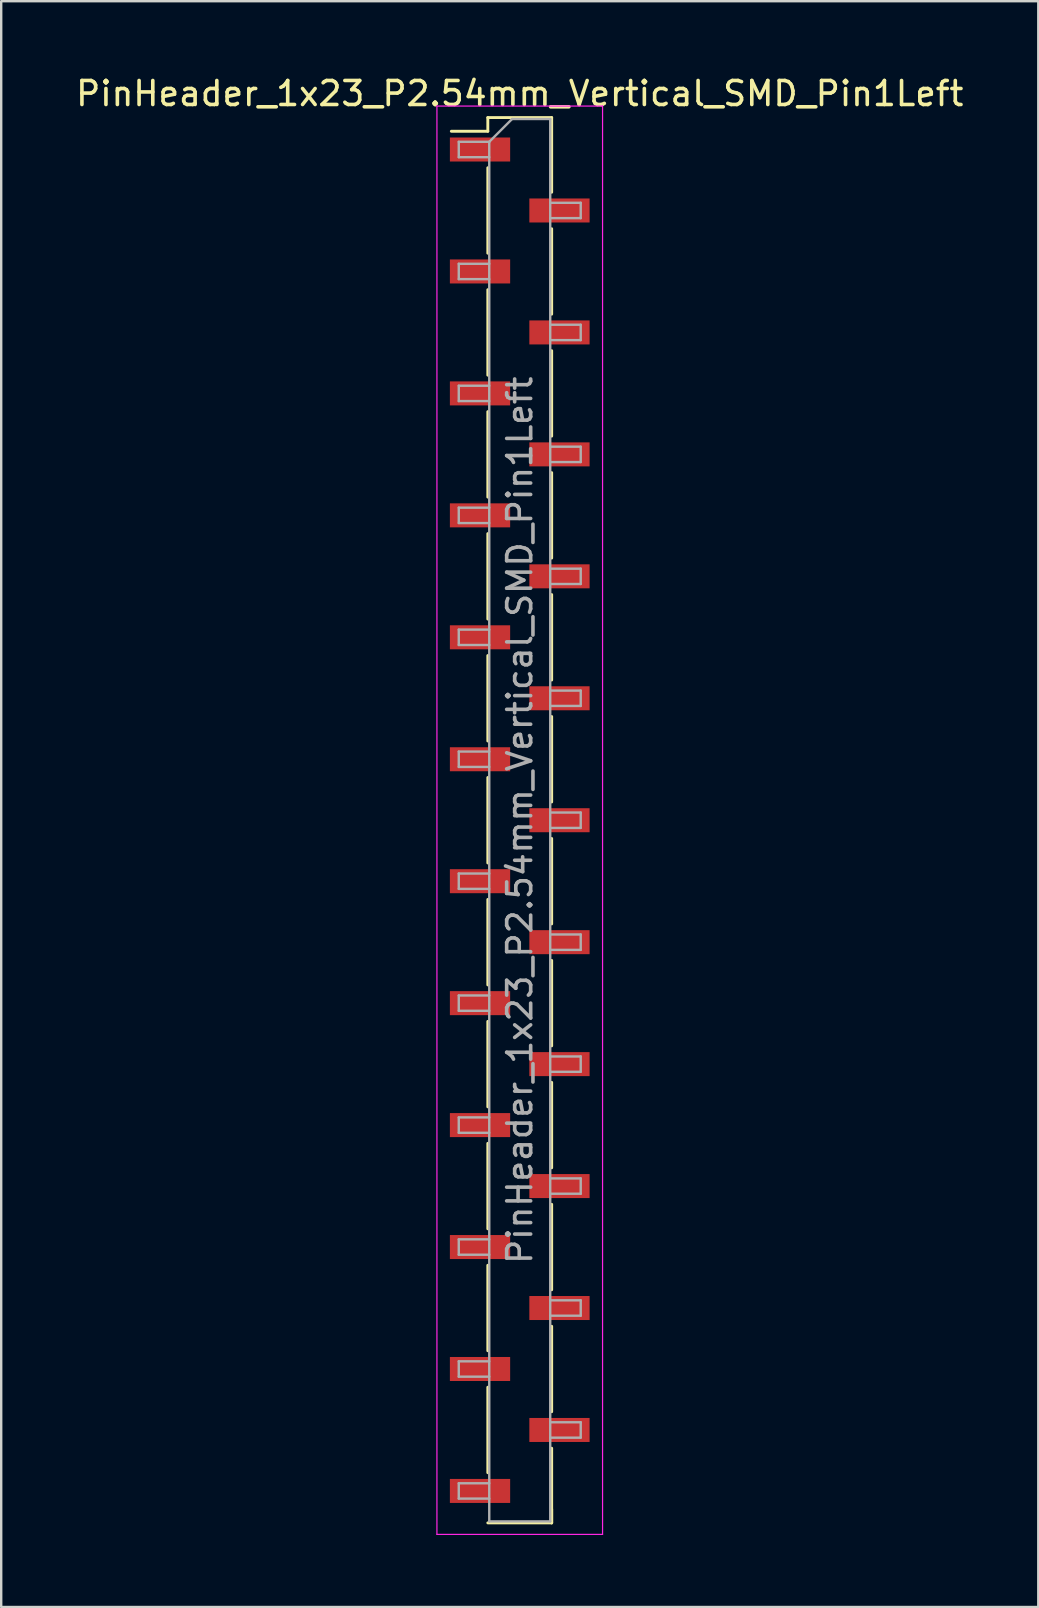
<source format=kicad_pcb>
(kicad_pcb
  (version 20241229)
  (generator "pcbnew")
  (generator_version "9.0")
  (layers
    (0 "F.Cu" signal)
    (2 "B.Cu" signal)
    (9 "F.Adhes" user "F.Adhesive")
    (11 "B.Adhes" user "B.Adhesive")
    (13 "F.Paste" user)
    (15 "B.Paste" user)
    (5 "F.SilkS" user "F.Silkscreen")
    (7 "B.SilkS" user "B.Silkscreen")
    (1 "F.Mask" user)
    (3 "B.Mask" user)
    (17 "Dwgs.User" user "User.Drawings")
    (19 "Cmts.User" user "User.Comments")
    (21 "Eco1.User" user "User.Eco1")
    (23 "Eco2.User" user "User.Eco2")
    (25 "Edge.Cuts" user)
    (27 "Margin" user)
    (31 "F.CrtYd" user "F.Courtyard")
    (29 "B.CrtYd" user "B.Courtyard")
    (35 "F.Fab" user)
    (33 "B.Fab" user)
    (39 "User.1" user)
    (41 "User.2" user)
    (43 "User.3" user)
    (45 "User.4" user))
  (footprint "PinHeader_1x23_P2.54mm_Vertical_SMD_Pin1Left"
    (layer "F.Cu")
    (at 18.601 31.118)
    (property "Reference" "PinHeader_1x23_P2.54mm_Vertical_SMD_Pin1Left" (at 0 -30.27 0) (layer "F.SilkS") (effects (font (size 1 1) (thickness 0.15))))
    (attr smd)
    (fp_line (start -1.33 -29.27) (end -1.33 -28.7) (stroke (width 0.12) (type solid)) (layer "F.SilkS"))
    (fp_line (start -1.33 -29.27) (end 1.33 -29.27) (stroke (width 0.12) (type solid)) (layer "F.SilkS"))
    (fp_line (start -1.33 -28.7) (end -2.85 -28.7) (stroke (width 0.12) (type solid)) (layer "F.SilkS"))
    (fp_line (start -1.33 -27.18) (end -1.33 -23.62) (stroke (width 0.12) (type solid)) (layer "F.SilkS"))
    (fp_line (start -1.33 -22.1) (end -1.33 -18.54) (stroke (width 0.12) (type solid)) (layer "F.SilkS"))
    (fp_line (start -1.33 -17.02) (end -1.33 -13.46) (stroke (width 0.12) (type solid)) (layer "F.SilkS"))
    (fp_line (start -1.33 -11.94) (end -1.33 -8.38) (stroke (width 0.12) (type solid)) (layer "F.SilkS"))
    (fp_line (start -1.33 -6.86) (end -1.33 -3.3) (stroke (width 0.12) (type solid)) (layer "F.SilkS"))
    (fp_line (start -1.33 -1.78) (end -1.33 1.78) (stroke (width 0.12) (type solid)) (layer "F.SilkS"))
    (fp_line (start -1.33 3.3) (end -1.33 6.86) (stroke (width 0.12) (type solid)) (layer "F.SilkS"))
    (fp_line (start -1.33 8.38) (end -1.33 11.94) (stroke (width 0.12) (type solid)) (layer "F.SilkS"))
    (fp_line (start -1.33 13.46) (end -1.33 17.02) (stroke (width 0.12) (type solid)) (layer "F.SilkS"))
    (fp_line (start -1.33 18.54) (end -1.33 22.1) (stroke (width 0.12) (type solid)) (layer "F.SilkS"))
    (fp_line (start -1.33 23.62) (end -1.33 27.18) (stroke (width 0.12) (type solid)) (layer "F.SilkS"))
    (fp_line (start -1.33 29.27) (end 1.33 29.27) (stroke (width 0.12) (type solid)) (layer "F.SilkS"))
    (fp_line (start 1.33 -29.27) (end 1.33 -26.16) (stroke (width 0.12) (type solid)) (layer "F.SilkS"))
    (fp_line (start 1.33 -24.64) (end 1.33 -21.08) (stroke (width 0.12) (type solid)) (layer "F.SilkS"))
    (fp_line (start 1.33 -19.56) (end 1.33 -16) (stroke (width 0.12) (type solid)) (layer "F.SilkS"))
    (fp_line (start 1.33 -14.48) (end 1.33 -10.92) (stroke (width 0.12) (type solid)) (layer "F.SilkS"))
    (fp_line (start 1.33 -9.4) (end 1.33 -5.84) (stroke (width 0.12) (type solid)) (layer "F.SilkS"))
    (fp_line (start 1.33 -4.32) (end 1.33 -0.76) (stroke (width 0.12) (type solid)) (layer "F.SilkS"))
    (fp_line (start 1.33 0.76) (end 1.33 4.32) (stroke (width 0.12) (type solid)) (layer "F.SilkS"))
    (fp_line (start 1.33 5.84) (end 1.33 9.4) (stroke (width 0.12) (type solid)) (layer "F.SilkS"))
    (fp_line (start 1.33 10.92) (end 1.33 14.48) (stroke (width 0.12) (type solid)) (layer "F.SilkS"))
    (fp_line (start 1.33 16) (end 1.33 19.56) (stroke (width 0.12) (type solid)) (layer "F.SilkS"))
    (fp_line (start 1.33 21.08) (end 1.33 24.64) (stroke (width 0.12) (type solid)) (layer "F.SilkS"))
    (fp_line (start 1.33 26.16) (end 1.33 29.27) (stroke (width 0.12) (type solid)) (layer "F.SilkS"))
    (fp_line (start 1.33 28.7) (end 1.33 29.27) (stroke (width 0.12) (type solid)) (layer "F.SilkS"))
    (fp_line (start -3.45 -29.75) (end -3.45 29.75) (stroke (width 0.05) (type solid)) (layer "F.CrtYd"))
    (fp_line (start -3.45 29.75) (end 3.45 29.75) (stroke (width 0.05) (type solid)) (layer "F.CrtYd"))
    (fp_line (start 3.45 -29.75) (end -3.45 -29.75) (stroke (width 0.05) (type solid)) (layer "F.CrtYd"))
    (fp_line (start 3.45 29.75) (end 3.45 -29.75) (stroke (width 0.05) (type solid)) (layer "F.CrtYd"))
    (fp_line (start -2.54 -28.26) (end -2.54 -27.62) (stroke (width 0.1) (type solid)) (layer "F.Fab"))
    (fp_line (start -2.54 -27.62) (end -1.27 -27.62) (stroke (width 0.1) (type solid)) (layer "F.Fab"))
    (fp_line (start -2.54 -23.18) (end -2.54 -22.54) (stroke (width 0.1) (type solid)) (layer "F.Fab"))
    (fp_line (start -2.54 -22.54) (end -1.27 -22.54) (stroke (width 0.1) (type solid)) (layer "F.Fab"))
    (fp_line (start -2.54 -18.1) (end -2.54 -17.46) (stroke (width 0.1) (type solid)) (layer "F.Fab"))
    (fp_line (start -2.54 -17.46) (end -1.27 -17.46) (stroke (width 0.1) (type solid)) (layer "F.Fab"))
    (fp_line (start -2.54 -13.02) (end -2.54 -12.38) (stroke (width 0.1) (type solid)) (layer "F.Fab"))
    (fp_line (start -2.54 -12.38) (end -1.27 -12.38) (stroke (width 0.1) (type solid)) (layer "F.Fab"))
    (fp_line (start -2.54 -7.94) (end -2.54 -7.3) (stroke (width 0.1) (type solid)) (layer "F.Fab"))
    (fp_line (start -2.54 -7.3) (end -1.27 -7.3) (stroke (width 0.1) (type solid)) (layer "F.Fab"))
    (fp_line (start -2.54 -2.86) (end -2.54 -2.22) (stroke (width 0.1) (type solid)) (layer "F.Fab"))
    (fp_line (start -2.54 -2.22) (end -1.27 -2.22) (stroke (width 0.1) (type solid)) (layer "F.Fab"))
    (fp_line (start -2.54 2.22) (end -2.54 2.86) (stroke (width 0.1) (type solid)) (layer "F.Fab"))
    (fp_line (start -2.54 2.86) (end -1.27 2.86) (stroke (width 0.1) (type solid)) (layer "F.Fab"))
    (fp_line (start -2.54 7.3) (end -2.54 7.94) (stroke (width 0.1) (type solid)) (layer "F.Fab"))
    (fp_line (start -2.54 7.94) (end -1.27 7.94) (stroke (width 0.1) (type solid)) (layer "F.Fab"))
    (fp_line (start -2.54 12.38) (end -2.54 13.02) (stroke (width 0.1) (type solid)) (layer "F.Fab"))
    (fp_line (start -2.54 13.02) (end -1.27 13.02) (stroke (width 0.1) (type solid)) (layer "F.Fab"))
    (fp_line (start -2.54 17.46) (end -2.54 18.1) (stroke (width 0.1) (type solid)) (layer "F.Fab"))
    (fp_line (start -2.54 18.1) (end -1.27 18.1) (stroke (width 0.1) (type solid)) (layer "F.Fab"))
    (fp_line (start -2.54 22.54) (end -2.54 23.18) (stroke (width 0.1) (type solid)) (layer "F.Fab"))
    (fp_line (start -2.54 23.18) (end -1.27 23.18) (stroke (width 0.1) (type solid)) (layer "F.Fab"))
    (fp_line (start -2.54 27.62) (end -2.54 28.26) (stroke (width 0.1) (type solid)) (layer "F.Fab"))
    (fp_line (start -2.54 28.26) (end -1.27 28.26) (stroke (width 0.1) (type solid)) (layer "F.Fab"))
    (fp_line (start -1.27 -28.26) (end -2.54 -28.26) (stroke (width 0.1) (type solid)) (layer "F.Fab"))
    (fp_line (start -1.27 -28.26) (end -0.32 -29.21) (stroke (width 0.1) (type solid)) (layer "F.Fab"))
    (fp_line (start -1.27 -23.18) (end -2.54 -23.18) (stroke (width 0.1) (type solid)) (layer "F.Fab"))
    (fp_line (start -1.27 -18.1) (end -2.54 -18.1) (stroke (width 0.1) (type solid)) (layer "F.Fab"))
    (fp_line (start -1.27 -13.02) (end -2.54 -13.02) (stroke (width 0.1) (type solid)) (layer "F.Fab"))
    (fp_line (start -1.27 -7.94) (end -2.54 -7.94) (stroke (width 0.1) (type solid)) (layer "F.Fab"))
    (fp_line (start -1.27 -2.86) (end -2.54 -2.86) (stroke (width 0.1) (type solid)) (layer "F.Fab"))
    (fp_line (start -1.27 2.22) (end -2.54 2.22) (stroke (width 0.1) (type solid)) (layer "F.Fab"))
    (fp_line (start -1.27 7.3) (end -2.54 7.3) (stroke (width 0.1) (type solid)) (layer "F.Fab"))
    (fp_line (start -1.27 12.38) (end -2.54 12.38) (stroke (width 0.1) (type solid)) (layer "F.Fab"))
    (fp_line (start -1.27 17.46) (end -2.54 17.46) (stroke (width 0.1) (type solid)) (layer "F.Fab"))
    (fp_line (start -1.27 22.54) (end -2.54 22.54) (stroke (width 0.1) (type solid)) (layer "F.Fab"))
    (fp_line (start -1.27 27.62) (end -2.54 27.62) (stroke (width 0.1) (type solid)) (layer "F.Fab"))
    (fp_line (start -1.27 29.21) (end -1.27 -28.26) (stroke (width 0.1) (type solid)) (layer "F.Fab"))
    (fp_line (start -0.32 -29.21) (end 1.27 -29.21) (stroke (width 0.1) (type solid)) (layer "F.Fab"))
    (fp_line (start 1.27 -29.21) (end 1.27 29.21) (stroke (width 0.1) (type solid)) (layer "F.Fab"))
    (fp_line (start 1.27 -25.72) (end 2.54 -25.72) (stroke (width 0.1) (type solid)) (layer "F.Fab"))
    (fp_line (start 1.27 -20.64) (end 2.54 -20.64) (stroke (width 0.1) (type solid)) (layer "F.Fab"))
    (fp_line (start 1.27 -15.56) (end 2.54 -15.56) (stroke (width 0.1) (type solid)) (layer "F.Fab"))
    (fp_line (start 1.27 -10.48) (end 2.54 -10.48) (stroke (width 0.1) (type solid)) (layer "F.Fab"))
    (fp_line (start 1.27 -5.4) (end 2.54 -5.4) (stroke (width 0.1) (type solid)) (layer "F.Fab"))
    (fp_line (start 1.27 -0.32) (end 2.54 -0.32) (stroke (width 0.1) (type solid)) (layer "F.Fab"))
    (fp_line (start 1.27 4.76) (end 2.54 4.76) (stroke (width 0.1) (type solid)) (layer "F.Fab"))
    (fp_line (start 1.27 9.84) (end 2.54 9.84) (stroke (width 0.1) (type solid)) (layer "F.Fab"))
    (fp_line (start 1.27 14.92) (end 2.54 14.92) (stroke (width 0.1) (type solid)) (layer "F.Fab"))
    (fp_line (start 1.27 20) (end 2.54 20) (stroke (width 0.1) (type solid)) (layer "F.Fab"))
    (fp_line (start 1.27 25.08) (end 2.54 25.08) (stroke (width 0.1) (type solid)) (layer "F.Fab"))
    (fp_line (start 1.27 29.21) (end -1.27 29.21) (stroke (width 0.1) (type solid)) (layer "F.Fab"))
    (fp_line (start 2.54 -25.72) (end 2.54 -25.08) (stroke (width 0.1) (type solid)) (layer "F.Fab"))
    (fp_line (start 2.54 -25.08) (end 1.27 -25.08) (stroke (width 0.1) (type solid)) (layer "F.Fab"))
    (fp_line (start 2.54 -20.64) (end 2.54 -20) (stroke (width 0.1) (type solid)) (layer "F.Fab"))
    (fp_line (start 2.54 -20) (end 1.27 -20) (stroke (width 0.1) (type solid)) (layer "F.Fab"))
    (fp_line (start 2.54 -15.56) (end 2.54 -14.92) (stroke (width 0.1) (type solid)) (layer "F.Fab"))
    (fp_line (start 2.54 -14.92) (end 1.27 -14.92) (stroke (width 0.1) (type solid)) (layer "F.Fab"))
    (fp_line (start 2.54 -10.48) (end 2.54 -9.84) (stroke (width 0.1) (type solid)) (layer "F.Fab"))
    (fp_line (start 2.54 -9.84) (end 1.27 -9.84) (stroke (width 0.1) (type solid)) (layer "F.Fab"))
    (fp_line (start 2.54 -5.4) (end 2.54 -4.76) (stroke (width 0.1) (type solid)) (layer "F.Fab"))
    (fp_line (start 2.54 -4.76) (end 1.27 -4.76) (stroke (width 0.1) (type solid)) (layer "F.Fab"))
    (fp_line (start 2.54 -0.32) (end 2.54 0.32) (stroke (width 0.1) (type solid)) (layer "F.Fab"))
    (fp_line (start 2.54 0.32) (end 1.27 0.32) (stroke (width 0.1) (type solid)) (layer "F.Fab"))
    (fp_line (start 2.54 4.76) (end 2.54 5.4) (stroke (width 0.1) (type solid)) (layer "F.Fab"))
    (fp_line (start 2.54 5.4) (end 1.27 5.4) (stroke (width 0.1) (type solid)) (layer "F.Fab"))
    (fp_line (start 2.54 9.84) (end 2.54 10.48) (stroke (width 0.1) (type solid)) (layer "F.Fab"))
    (fp_line (start 2.54 10.48) (end 1.27 10.48) (stroke (width 0.1) (type solid)) (layer "F.Fab"))
    (fp_line (start 2.54 14.92) (end 2.54 15.56) (stroke (width 0.1) (type solid)) (layer "F.Fab"))
    (fp_line (start 2.54 15.56) (end 1.27 15.56) (stroke (width 0.1) (type solid)) (layer "F.Fab"))
    (fp_line (start 2.54 20) (end 2.54 20.64) (stroke (width 0.1) (type solid)) (layer "F.Fab"))
    (fp_line (start 2.54 20.64) (end 1.27 20.64) (stroke (width 0.1) (type solid)) (layer "F.Fab"))
    (fp_line (start 2.54 25.08) (end 2.54 25.72) (stroke (width 0.1) (type solid)) (layer "F.Fab"))
    (fp_line (start 2.54 25.72) (end 1.27 25.72) (stroke (width 0.1) (type solid)) (layer "F.Fab"))
    (fp_text user "${REFERENCE}" (at 0 0 90) (layer "F.Fab") (effects (font (size 1 1) (thickness 0.15))))
    (pad "1" smd rect (at -1.655 -27.94) (size 2.51 1) (layers "F.Cu" "F.Mask" "F.Paste"))
    (pad "2" smd rect (at 1.655 -25.4) (size 2.51 1) (layers "F.Cu" "F.Mask" "F.Paste"))
    (pad "3" smd rect (at -1.655 -22.86) (size 2.51 1) (layers "F.Cu" "F.Mask" "F.Paste"))
    (pad "4" smd rect (at 1.655 -20.32) (size 2.51 1) (layers "F.Cu" "F.Mask" "F.Paste"))
    (pad "5" smd rect (at -1.655 -17.78) (size 2.51 1) (layers "F.Cu" "F.Mask" "F.Paste"))
    (pad "6" smd rect (at 1.655 -15.24) (size 2.51 1) (layers "F.Cu" "F.Mask" "F.Paste"))
    (pad "7" smd rect (at -1.655 -12.7) (size 2.51 1) (layers "F.Cu" "F.Mask" "F.Paste"))
    (pad "8" smd rect (at 1.655 -10.16) (size 2.51 1) (layers "F.Cu" "F.Mask" "F.Paste"))
    (pad "9" smd rect (at -1.655 -7.62) (size 2.51 1) (layers "F.Cu" "F.Mask" "F.Paste"))
    (pad "10" smd rect (at 1.655 -5.08) (size 2.51 1) (layers "F.Cu" "F.Mask" "F.Paste"))
    (pad "11" smd rect (at -1.655 -2.54) (size 2.51 1) (layers "F.Cu" "F.Mask" "F.Paste"))
    (pad "12" smd rect (at 1.655 0) (size 2.51 1) (layers "F.Cu" "F.Mask" "F.Paste"))
    (pad "13" smd rect (at -1.655 2.54) (size 2.51 1) (layers "F.Cu" "F.Mask" "F.Paste"))
    (pad "14" smd rect (at 1.655 5.08) (size 2.51 1) (layers "F.Cu" "F.Mask" "F.Paste"))
    (pad "15" smd rect (at -1.655 7.62) (size 2.51 1) (layers "F.Cu" "F.Mask" "F.Paste"))
    (pad "16" smd rect (at 1.655 10.16) (size 2.51 1) (layers "F.Cu" "F.Mask" "F.Paste"))
    (pad "17" smd rect (at -1.655 12.7) (size 2.51 1) (layers "F.Cu" "F.Mask" "F.Paste"))
    (pad "18" smd rect (at 1.655 15.24) (size 2.51 1) (layers "F.Cu" "F.Mask" "F.Paste"))
    (pad "19" smd rect (at -1.655 17.78) (size 2.51 1) (layers "F.Cu" "F.Mask" "F.Paste"))
    (pad "20" smd rect (at 1.655 20.32) (size 2.51 1) (layers "F.Cu" "F.Mask" "F.Paste"))
    (pad "21" smd rect (at -1.655 22.86) (size 2.51 1) (layers "F.Cu" "F.Mask" "F.Paste"))
    (pad "22" smd rect (at 1.655 25.4) (size 2.51 1) (layers "F.Cu" "F.Mask" "F.Paste"))
    (pad "23" smd rect (at -1.655 27.94) (size 2.51 1) (layers "F.Cu" "F.Mask" "F.Paste")))
  (gr_rect
    (start -3 -3)
    (end 40.202 63.893)
    (stroke (width 0.1) (type default))
    (fill no)
    (layer "Edge.Cuts")))
</source>
